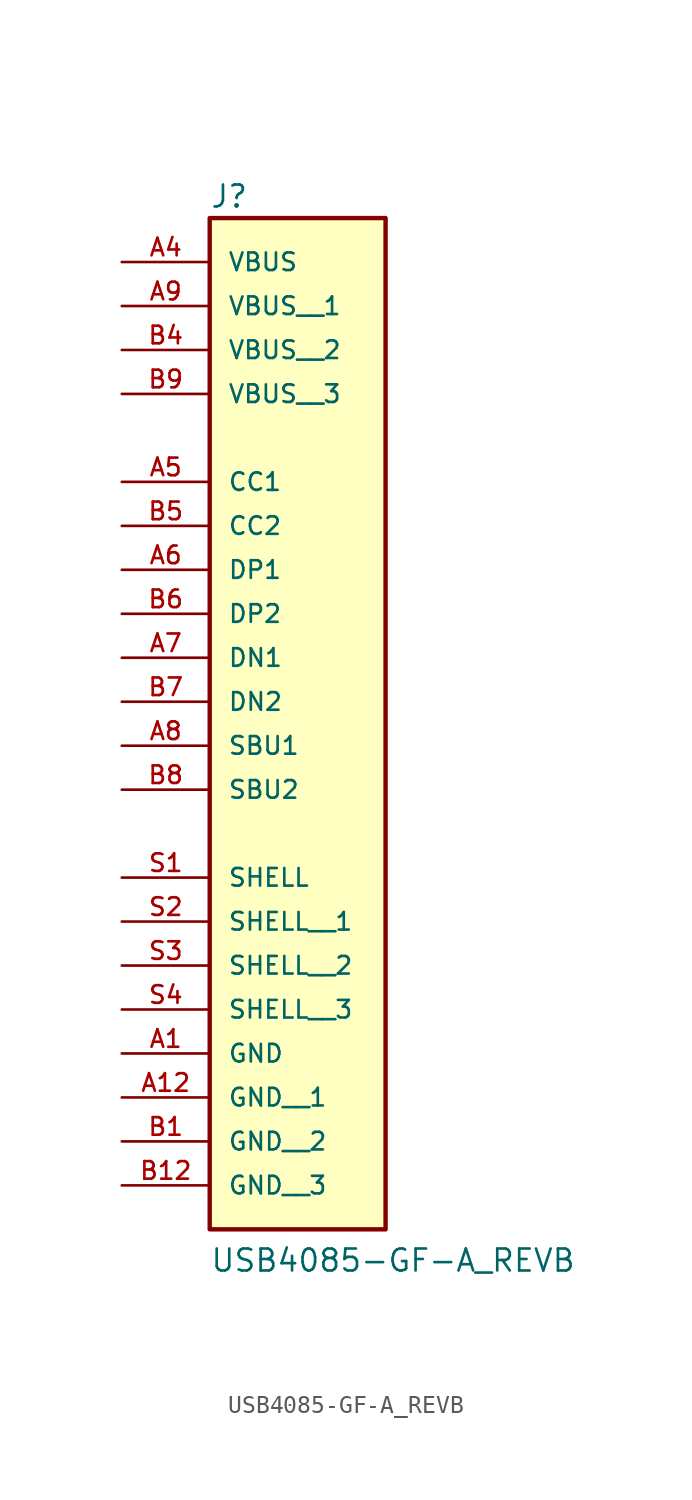
<source format=kicad_sym>
(kicad_symbol_lib
  (version 20211014)
  (generator kicad_symbol_editor)
  (symbol "USB4085-GF-A_REVB"
    (pin_names
      (offset 1.016))
    (property "Reference" "J"
      (at -5.08 18.288 0)
      (effects (font (size 1.27 1.27)) (justify bottom left)))
    (property "Value" "USB4085-GF-A_REVB"
      (at -5.08 -43.18 0)
      (effects (font (size 1.27 1.27)) (justify bottom left)))
    (symbol "USB4085-GF-A_REVB_0_0"
      (rectangle (start -5.08 -40.64) (end 5.08 17.78) (stroke (width 0.254)) (fill (type background)))
      (pin power_in line (at -10.16 15.24 0) (length 5.08) (name "VBUS" (effects (font (size 1.016 1.016)))) (number "A4" (effects (font (size 1.016 1.016)))))
      (pin bidirectional line (at -10.16 2.54 0) (length 5.08) (name "CC1" (effects (font (size 1.016 1.016)))) (number "A5" (effects (font (size 1.016 1.016)))))
      (pin bidirectional line (at -10.16 0.0 0) (length 5.08) (name "CC2" (effects (font (size 1.016 1.016)))) (number "B5" (effects (font (size 1.016 1.016)))))
      (pin bidirectional line (at -10.16 -2.54 0) (length 5.08) (name "DP1" (effects (font (size 1.016 1.016)))) (number "A6" (effects (font (size 1.016 1.016)))))
      (pin bidirectional line (at -10.16 -5.08 0) (length 5.08) (name "DP2" (effects (font (size 1.016 1.016)))) (number "B6" (effects (font (size 1.016 1.016)))))
      (pin bidirectional line (at -10.16 -7.62 0) (length 5.08) (name "DN1" (effects (font (size 1.016 1.016)))) (number "A7" (effects (font (size 1.016 1.016)))))
      (pin bidirectional line (at -10.16 -10.16 0) (length 5.08) (name "DN2" (effects (font (size 1.016 1.016)))) (number "B7" (effects (font (size 1.016 1.016)))))
      (pin bidirectional line (at -10.16 -12.7 0) (length 5.08) (name "SBU1" (effects (font (size 1.016 1.016)))) (number "A8" (effects (font (size 1.016 1.016)))))
      (pin bidirectional line (at -10.16 -15.24 0) (length 5.08) (name "SBU2" (effects (font (size 1.016 1.016)))) (number "B8" (effects (font (size 1.016 1.016)))))
      (pin power_in line (at -10.16 -30.48 0) (length 5.08) (name "GND" (effects (font (size 1.016 1.016)))) (number "A1" (effects (font (size 1.016 1.016)))))
      (pin passive line (at -10.16 -20.32 0) (length 5.08) (name "SHELL" (effects (font (size 1.016 1.016)))) (number "S1" (effects (font (size 1.016 1.016)))))
      (pin power_in line (at -10.16 12.7 0) (length 5.08) (name "VBUS__1" (effects (font (size 1.016 1.016)))) (number "A9" (effects (font (size 1.016 1.016)))))
      (pin power_in line (at -10.16 10.16 0) (length 5.08) (name "VBUS__2" (effects (font (size 1.016 1.016)))) (number "B4" (effects (font (size 1.016 1.016)))))
      (pin power_in line (at -10.16 7.62 0) (length 5.08) (name "VBUS__3" (effects (font (size 1.016 1.016)))) (number "B9" (effects (font (size 1.016 1.016)))))
      (pin passive line (at -10.16 -22.86 0) (length 5.08) (name "SHELL__1" (effects (font (size 1.016 1.016)))) (number "S2" (effects (font (size 1.016 1.016)))))
      (pin passive line (at -10.16 -25.4 0) (length 5.08) (name "SHELL__2" (effects (font (size 1.016 1.016)))) (number "S3" (effects (font (size 1.016 1.016)))))
      (pin passive line (at -10.16 -27.94 0) (length 5.08) (name "SHELL__3" (effects (font (size 1.016 1.016)))) (number "S4" (effects (font (size 1.016 1.016)))))
      (pin power_in line (at -10.16 -33.02 0) (length 5.08) (name "GND__1" (effects (font (size 1.016 1.016)))) (number "A12" (effects (font (size 1.016 1.016)))))
      (pin power_in line (at -10.16 -35.56 0) (length 5.08) (name "GND__2" (effects (font (size 1.016 1.016)))) (number "B1" (effects (font (size 1.016 1.016)))))
      (pin power_in line (at -10.16 -38.1 0) (length 5.08) (name "GND__3" (effects (font (size 1.016 1.016)))) (number "B12" (effects (font (size 1.016 1.016))))))))
</source>
